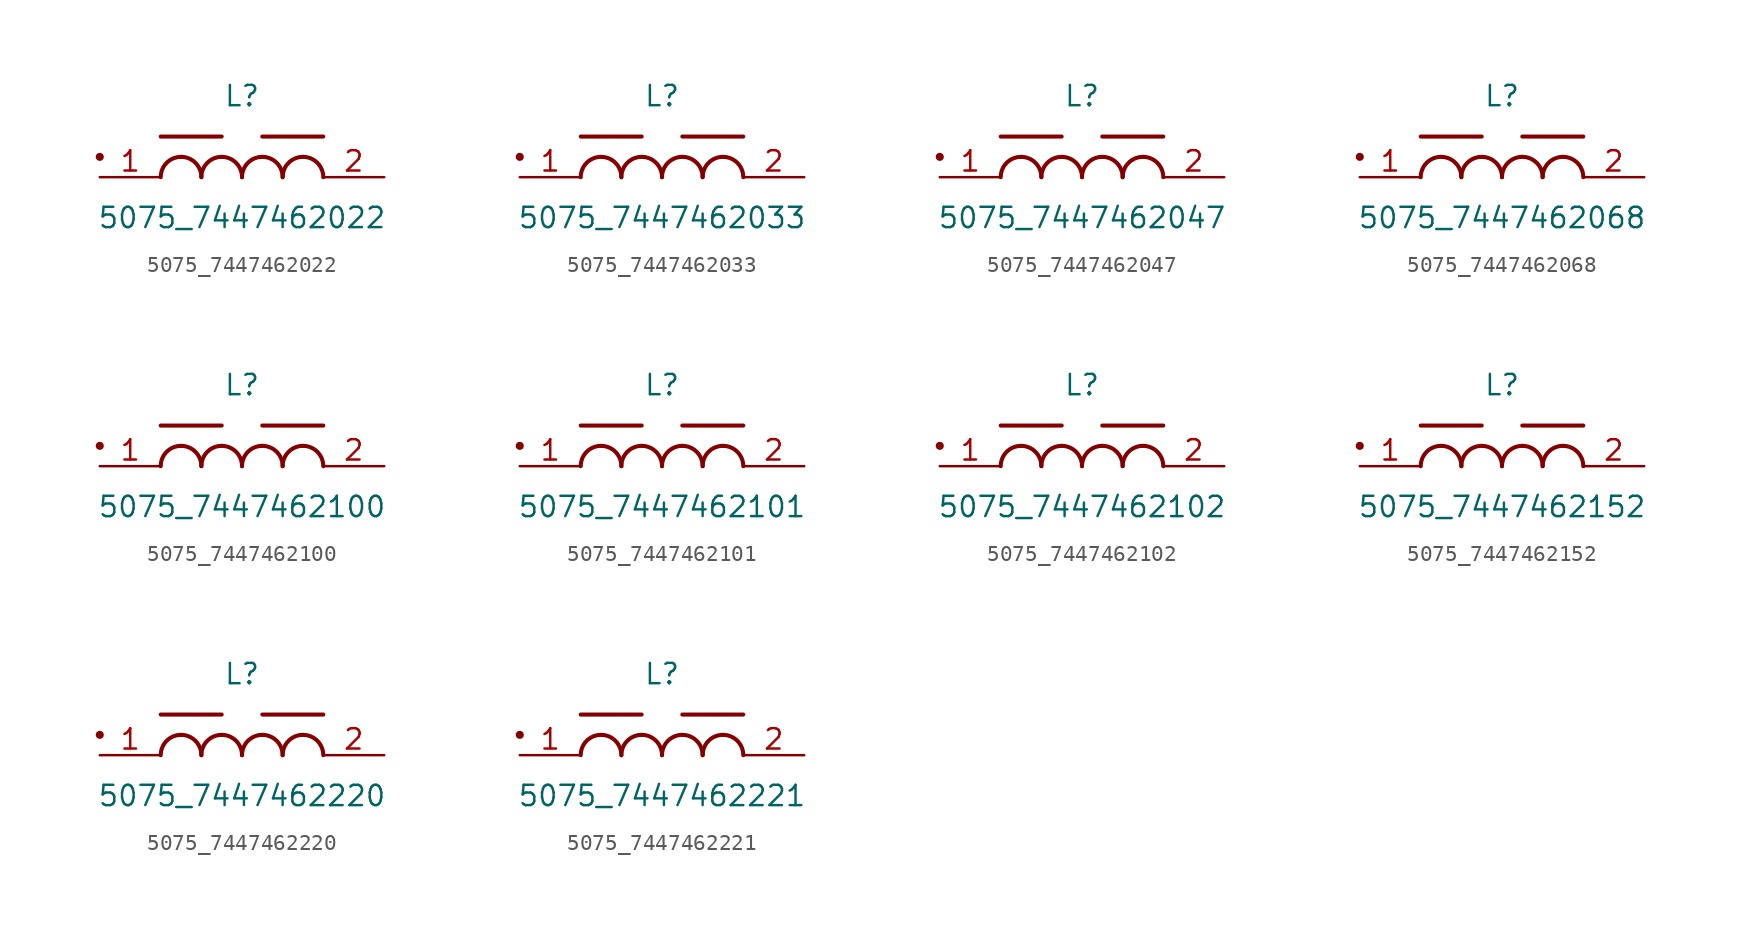
<source format=kicad_sym>
(kicad_symbol_lib
  (version 20211014)
  (generator kicad_symbol_editor)
  (symbol "Inductor_Wurth_WE-TI:5075_7447462022"
    (pin_names hide)
    (property "Reference" "L"
      (at 0 5.08 0)
      (effects (font (size 1.27 1.27))))
    (property "Value" "5075_7447462022"
      (at 0 -2.54 0)
      (effects (font (size 1.27 1.27))))
    (symbol "5075_7447462022_0_1"
      (circle (center -8.89 1.27) (radius 0.0001) (stroke (width 0.254)) (stroke (width 0.254) (type default) (color 0 0 0 0)) (fill (type none)))
      (arc (start -3.81 1.27) (mid -4.708 0.898) (end -5.08 0) (stroke (width 0.254) (type default) (color 0 0 0 0)) (fill (type none)))
      (arc (start -2.54 0) (mid -2.912 0.898) (end -3.81 1.27) (stroke (width 0.254) (type default) (color 0 0 0 0)) (fill (type none)))
      (arc (start -1.2699 1.2701) (mid -2.1679 0.8981) (end -2.5399 0.0001) (stroke (width 0.254) (type default) (color 0 0 0 0)) (fill (type none)))
      (polyline (pts (xy -5.08 2.54) (xy -1.27 2.54)) (stroke (width 0.254) (type default) (color 0 0 0 0)) (fill (type none)))
      (polyline (pts (xy 5.08 2.54) (xy 1.27 2.54)) (stroke (width 0.254) (type default) (color 0 0 0 0)) (fill (type none)))
      (arc (start 0.0001 0.0001) (mid -0.3719 0.8981) (end -1.2699 1.2701) (stroke (width 0.254) (type default) (color 0 0 0 0)) (fill (type none)))
      (arc (start 1.2701 1.2701) (mid 0.3721 0.8981) (end 0.0001 0.0001) (stroke (width 0.254) (type default) (color 0 0 0 0)) (fill (type none)))
      (arc (start 2.5401 0.0001) (mid 2.1681 0.8981) (end 1.2701 1.2701) (stroke (width 0.254) (type default) (color 0 0 0 0)) (fill (type none)))
      (arc (start 3.8101 1.2701) (mid 2.9121 0.8981) (end 2.5401 0.0001) (stroke (width 0.254) (type default) (color 0 0 0 0)) (fill (type none)))
      (arc (start 5.0801 0.0001) (mid 4.7081 0.8981) (end 3.8101 1.2701) (stroke (width 0.254) (type default) (color 0 0 0 0)) (fill (type none))))
    (symbol "5075_7447462022_1_1"
      (pin passive line (at -8.89 0 0) (length 3.81) (name "1" (effects (font (size 1.27 1.27)))) (number "1" (effects (font (size 1.27 1.27)))))
      (pin passive line (at 8.89 0 180) (length 3.81) (name "2" (effects (font (size 1.27 1.27)))) (number "2" (effects (font (size 1.27 1.27)))))))
  (symbol "Inductor_Wurth_WE-TI:5075_7447462033"
    (pin_names hide)
    (property "Reference" "L"
      (at 0 5.08 0)
      (effects (font (size 1.27 1.27))))
    (property "Value" "5075_7447462033"
      (at 0 -2.54 0)
      (effects (font (size 1.27 1.27))))
    (symbol "5075_7447462033_0_1"
      (circle (center -8.89 1.27) (radius 0.0001) (stroke (width 0.254)) (stroke (width 0.254) (type default) (color 0 0 0 0)) (fill (type none)))
      (arc (start -3.81 1.27) (mid -4.708 0.898) (end -5.08 0) (stroke (width 0.254) (type default) (color 0 0 0 0)) (fill (type none)))
      (arc (start -2.54 0) (mid -2.912 0.898) (end -3.81 1.27) (stroke (width 0.254) (type default) (color 0 0 0 0)) (fill (type none)))
      (arc (start -1.2699 1.2701) (mid -2.1679 0.8981) (end -2.5399 0.0001) (stroke (width 0.254) (type default) (color 0 0 0 0)) (fill (type none)))
      (polyline (pts (xy -5.08 2.54) (xy -1.27 2.54)) (stroke (width 0.254) (type default) (color 0 0 0 0)) (fill (type none)))
      (polyline (pts (xy 5.08 2.54) (xy 1.27 2.54)) (stroke (width 0.254) (type default) (color 0 0 0 0)) (fill (type none)))
      (arc (start 0.0001 0.0001) (mid -0.3719 0.8981) (end -1.2699 1.2701) (stroke (width 0.254) (type default) (color 0 0 0 0)) (fill (type none)))
      (arc (start 1.2701 1.2701) (mid 0.3721 0.8981) (end 0.0001 0.0001) (stroke (width 0.254) (type default) (color 0 0 0 0)) (fill (type none)))
      (arc (start 2.5401 0.0001) (mid 2.1681 0.8981) (end 1.2701 1.2701) (stroke (width 0.254) (type default) (color 0 0 0 0)) (fill (type none)))
      (arc (start 3.8101 1.2701) (mid 2.9121 0.8981) (end 2.5401 0.0001) (stroke (width 0.254) (type default) (color 0 0 0 0)) (fill (type none)))
      (arc (start 5.0801 0.0001) (mid 4.7081 0.8981) (end 3.8101 1.2701) (stroke (width 0.254) (type default) (color 0 0 0 0)) (fill (type none))))
    (symbol "5075_7447462033_1_1"
      (pin passive line (at -8.89 0 0) (length 3.81) (name "1" (effects (font (size 1.27 1.27)))) (number "1" (effects (font (size 1.27 1.27)))))
      (pin passive line (at 8.89 0 180) (length 3.81) (name "2" (effects (font (size 1.27 1.27)))) (number "2" (effects (font (size 1.27 1.27)))))))
  (symbol "Inductor_Wurth_WE-TI:5075_7447462047"
    (pin_names hide)
    (property "Reference" "L"
      (at 0 5.08 0)
      (effects (font (size 1.27 1.27))))
    (property "Value" "5075_7447462047"
      (at 0 -2.54 0)
      (effects (font (size 1.27 1.27))))
    (symbol "5075_7447462047_0_1"
      (circle (center -8.89 1.27) (radius 0.0001) (stroke (width 0.254)) (stroke (width 0.254) (type default) (color 0 0 0 0)) (fill (type none)))
      (arc (start -3.81 1.27) (mid -4.708 0.898) (end -5.08 0) (stroke (width 0.254) (type default) (color 0 0 0 0)) (fill (type none)))
      (arc (start -2.54 0) (mid -2.912 0.898) (end -3.81 1.27) (stroke (width 0.254) (type default) (color 0 0 0 0)) (fill (type none)))
      (arc (start -1.2699 1.2701) (mid -2.1679 0.8981) (end -2.5399 0.0001) (stroke (width 0.254) (type default) (color 0 0 0 0)) (fill (type none)))
      (polyline (pts (xy -5.08 2.54) (xy -1.27 2.54)) (stroke (width 0.254) (type default) (color 0 0 0 0)) (fill (type none)))
      (polyline (pts (xy 5.08 2.54) (xy 1.27 2.54)) (stroke (width 0.254) (type default) (color 0 0 0 0)) (fill (type none)))
      (arc (start 0.0001 0.0001) (mid -0.3719 0.8981) (end -1.2699 1.2701) (stroke (width 0.254) (type default) (color 0 0 0 0)) (fill (type none)))
      (arc (start 1.2701 1.2701) (mid 0.3721 0.8981) (end 0.0001 0.0001) (stroke (width 0.254) (type default) (color 0 0 0 0)) (fill (type none)))
      (arc (start 2.5401 0.0001) (mid 2.1681 0.8981) (end 1.2701 1.2701) (stroke (width 0.254) (type default) (color 0 0 0 0)) (fill (type none)))
      (arc (start 3.8101 1.2701) (mid 2.9121 0.8981) (end 2.5401 0.0001) (stroke (width 0.254) (type default) (color 0 0 0 0)) (fill (type none)))
      (arc (start 5.0801 0.0001) (mid 4.7081 0.8981) (end 3.8101 1.2701) (stroke (width 0.254) (type default) (color 0 0 0 0)) (fill (type none))))
    (symbol "5075_7447462047_1_1"
      (pin passive line (at -8.89 0 0) (length 3.81) (name "1" (effects (font (size 1.27 1.27)))) (number "1" (effects (font (size 1.27 1.27)))))
      (pin passive line (at 8.89 0 180) (length 3.81) (name "2" (effects (font (size 1.27 1.27)))) (number "2" (effects (font (size 1.27 1.27)))))))
  (symbol "Inductor_Wurth_WE-TI:5075_7447462068"
    (pin_names hide)
    (property "Reference" "L"
      (at 0 5.08 0)
      (effects (font (size 1.27 1.27))))
    (property "Value" "5075_7447462068"
      (at 0 -2.54 0)
      (effects (font (size 1.27 1.27))))
    (symbol "5075_7447462068_0_1"
      (circle (center -8.89 1.27) (radius 0.0001) (stroke (width 0.254)) (stroke (width 0.254) (type default) (color 0 0 0 0)) (fill (type none)))
      (arc (start -3.81 1.27) (mid -4.708 0.898) (end -5.08 0) (stroke (width 0.254) (type default) (color 0 0 0 0)) (fill (type none)))
      (arc (start -2.54 0) (mid -2.912 0.898) (end -3.81 1.27) (stroke (width 0.254) (type default) (color 0 0 0 0)) (fill (type none)))
      (arc (start -1.2699 1.2701) (mid -2.1679 0.8981) (end -2.5399 0.0001) (stroke (width 0.254) (type default) (color 0 0 0 0)) (fill (type none)))
      (polyline (pts (xy -5.08 2.54) (xy -1.27 2.54)) (stroke (width 0.254) (type default) (color 0 0 0 0)) (fill (type none)))
      (polyline (pts (xy 5.08 2.54) (xy 1.27 2.54)) (stroke (width 0.254) (type default) (color 0 0 0 0)) (fill (type none)))
      (arc (start 0.0001 0.0001) (mid -0.3719 0.8981) (end -1.2699 1.2701) (stroke (width 0.254) (type default) (color 0 0 0 0)) (fill (type none)))
      (arc (start 1.2701 1.2701) (mid 0.3721 0.8981) (end 0.0001 0.0001) (stroke (width 0.254) (type default) (color 0 0 0 0)) (fill (type none)))
      (arc (start 2.5401 0.0001) (mid 2.1681 0.8981) (end 1.2701 1.2701) (stroke (width 0.254) (type default) (color 0 0 0 0)) (fill (type none)))
      (arc (start 3.8101 1.2701) (mid 2.9121 0.8981) (end 2.5401 0.0001) (stroke (width 0.254) (type default) (color 0 0 0 0)) (fill (type none)))
      (arc (start 5.0801 0.0001) (mid 4.7081 0.8981) (end 3.8101 1.2701) (stroke (width 0.254) (type default) (color 0 0 0 0)) (fill (type none))))
    (symbol "5075_7447462068_1_1"
      (pin passive line (at -8.89 0 0) (length 3.81) (name "1" (effects (font (size 1.27 1.27)))) (number "1" (effects (font (size 1.27 1.27)))))
      (pin passive line (at 8.89 0 180) (length 3.81) (name "2" (effects (font (size 1.27 1.27)))) (number "2" (effects (font (size 1.27 1.27)))))))
  (symbol "Inductor_Wurth_WE-TI:5075_7447462100"
    (pin_names hide)
    (property "Reference" "L"
      (at 0 5.08 0)
      (effects (font (size 1.27 1.27))))
    (property "Value" "5075_7447462100"
      (at 0 -2.54 0)
      (effects (font (size 1.27 1.27))))
    (symbol "5075_7447462100_0_1"
      (circle (center -8.89 1.27) (radius 0.0001) (stroke (width 0.254)) (stroke (width 0.254) (type default) (color 0 0 0 0)) (fill (type none)))
      (arc (start -3.81 1.27) (mid -4.708 0.898) (end -5.08 0) (stroke (width 0.254) (type default) (color 0 0 0 0)) (fill (type none)))
      (arc (start -2.54 0) (mid -2.912 0.898) (end -3.81 1.27) (stroke (width 0.254) (type default) (color 0 0 0 0)) (fill (type none)))
      (arc (start -1.2699 1.2701) (mid -2.1679 0.8981) (end -2.5399 0.0001) (stroke (width 0.254) (type default) (color 0 0 0 0)) (fill (type none)))
      (polyline (pts (xy -5.08 2.54) (xy -1.27 2.54)) (stroke (width 0.254) (type default) (color 0 0 0 0)) (fill (type none)))
      (polyline (pts (xy 5.08 2.54) (xy 1.27 2.54)) (stroke (width 0.254) (type default) (color 0 0 0 0)) (fill (type none)))
      (arc (start 0.0001 0.0001) (mid -0.3719 0.8981) (end -1.2699 1.2701) (stroke (width 0.254) (type default) (color 0 0 0 0)) (fill (type none)))
      (arc (start 1.2701 1.2701) (mid 0.3721 0.8981) (end 0.0001 0.0001) (stroke (width 0.254) (type default) (color 0 0 0 0)) (fill (type none)))
      (arc (start 2.5401 0.0001) (mid 2.1681 0.8981) (end 1.2701 1.2701) (stroke (width 0.254) (type default) (color 0 0 0 0)) (fill (type none)))
      (arc (start 3.8101 1.2701) (mid 2.9121 0.8981) (end 2.5401 0.0001) (stroke (width 0.254) (type default) (color 0 0 0 0)) (fill (type none)))
      (arc (start 5.0801 0.0001) (mid 4.7081 0.8981) (end 3.8101 1.2701) (stroke (width 0.254) (type default) (color 0 0 0 0)) (fill (type none))))
    (symbol "5075_7447462100_1_1"
      (pin passive line (at -8.89 0 0) (length 3.81) (name "1" (effects (font (size 1.27 1.27)))) (number "1" (effects (font (size 1.27 1.27)))))
      (pin passive line (at 8.89 0 180) (length 3.81) (name "2" (effects (font (size 1.27 1.27)))) (number "2" (effects (font (size 1.27 1.27)))))))
  (symbol "Inductor_Wurth_WE-TI:5075_7447462101"
    (pin_names hide)
    (property "Reference" "L"
      (at 0 5.08 0)
      (effects (font (size 1.27 1.27))))
    (property "Value" "5075_7447462101"
      (at 0 -2.54 0)
      (effects (font (size 1.27 1.27))))
    (symbol "5075_7447462101_0_1"
      (circle (center -8.89 1.27) (radius 0.0001) (stroke (width 0.254)) (stroke (width 0.254) (type default) (color 0 0 0 0)) (fill (type none)))
      (arc (start -3.81 1.27) (mid -4.708 0.898) (end -5.08 0) (stroke (width 0.254) (type default) (color 0 0 0 0)) (fill (type none)))
      (arc (start -2.54 0) (mid -2.912 0.898) (end -3.81 1.27) (stroke (width 0.254) (type default) (color 0 0 0 0)) (fill (type none)))
      (arc (start -1.2699 1.2701) (mid -2.1679 0.8981) (end -2.5399 0.0001) (stroke (width 0.254) (type default) (color 0 0 0 0)) (fill (type none)))
      (polyline (pts (xy -5.08 2.54) (xy -1.27 2.54)) (stroke (width 0.254) (type default) (color 0 0 0 0)) (fill (type none)))
      (polyline (pts (xy 5.08 2.54) (xy 1.27 2.54)) (stroke (width 0.254) (type default) (color 0 0 0 0)) (fill (type none)))
      (arc (start 0.0001 0.0001) (mid -0.3719 0.8981) (end -1.2699 1.2701) (stroke (width 0.254) (type default) (color 0 0 0 0)) (fill (type none)))
      (arc (start 1.2701 1.2701) (mid 0.3721 0.8981) (end 0.0001 0.0001) (stroke (width 0.254) (type default) (color 0 0 0 0)) (fill (type none)))
      (arc (start 2.5401 0.0001) (mid 2.1681 0.8981) (end 1.2701 1.2701) (stroke (width 0.254) (type default) (color 0 0 0 0)) (fill (type none)))
      (arc (start 3.8101 1.2701) (mid 2.9121 0.8981) (end 2.5401 0.0001) (stroke (width 0.254) (type default) (color 0 0 0 0)) (fill (type none)))
      (arc (start 5.0801 0.0001) (mid 4.7081 0.8981) (end 3.8101 1.2701) (stroke (width 0.254) (type default) (color 0 0 0 0)) (fill (type none))))
    (symbol "5075_7447462101_1_1"
      (pin passive line (at -8.89 0 0) (length 3.81) (name "1" (effects (font (size 1.27 1.27)))) (number "1" (effects (font (size 1.27 1.27)))))
      (pin passive line (at 8.89 0 180) (length 3.81) (name "2" (effects (font (size 1.27 1.27)))) (number "2" (effects (font (size 1.27 1.27)))))))
  (symbol "Inductor_Wurth_WE-TI:5075_7447462102"
    (pin_names hide)
    (property "Reference" "L"
      (at 0 5.08 0)
      (effects (font (size 1.27 1.27))))
    (property "Value" "5075_7447462102"
      (at 0 -2.54 0)
      (effects (font (size 1.27 1.27))))
    (symbol "5075_7447462102_0_1"
      (circle (center -8.89 1.27) (radius 0.0001) (stroke (width 0.254)) (stroke (width 0.254) (type default) (color 0 0 0 0)) (fill (type none)))
      (arc (start -3.81 1.27) (mid -4.708 0.898) (end -5.08 0) (stroke (width 0.254) (type default) (color 0 0 0 0)) (fill (type none)))
      (arc (start -2.54 0) (mid -2.912 0.898) (end -3.81 1.27) (stroke (width 0.254) (type default) (color 0 0 0 0)) (fill (type none)))
      (arc (start -1.2699 1.2701) (mid -2.1679 0.8981) (end -2.5399 0.0001) (stroke (width 0.254) (type default) (color 0 0 0 0)) (fill (type none)))
      (polyline (pts (xy -5.08 2.54) (xy -1.27 2.54)) (stroke (width 0.254) (type default) (color 0 0 0 0)) (fill (type none)))
      (polyline (pts (xy 5.08 2.54) (xy 1.27 2.54)) (stroke (width 0.254) (type default) (color 0 0 0 0)) (fill (type none)))
      (arc (start 0.0001 0.0001) (mid -0.3719 0.8981) (end -1.2699 1.2701) (stroke (width 0.254) (type default) (color 0 0 0 0)) (fill (type none)))
      (arc (start 1.2701 1.2701) (mid 0.3721 0.8981) (end 0.0001 0.0001) (stroke (width 0.254) (type default) (color 0 0 0 0)) (fill (type none)))
      (arc (start 2.5401 0.0001) (mid 2.1681 0.8981) (end 1.2701 1.2701) (stroke (width 0.254) (type default) (color 0 0 0 0)) (fill (type none)))
      (arc (start 3.8101 1.2701) (mid 2.9121 0.8981) (end 2.5401 0.0001) (stroke (width 0.254) (type default) (color 0 0 0 0)) (fill (type none)))
      (arc (start 5.0801 0.0001) (mid 4.7081 0.8981) (end 3.8101 1.2701) (stroke (width 0.254) (type default) (color 0 0 0 0)) (fill (type none))))
    (symbol "5075_7447462102_1_1"
      (pin passive line (at -8.89 0 0) (length 3.81) (name "1" (effects (font (size 1.27 1.27)))) (number "1" (effects (font (size 1.27 1.27)))))
      (pin passive line (at 8.89 0 180) (length 3.81) (name "2" (effects (font (size 1.27 1.27)))) (number "2" (effects (font (size 1.27 1.27)))))))
  (symbol "Inductor_Wurth_WE-TI:5075_7447462152"
    (pin_names hide)
    (property "Reference" "L"
      (at 0 5.08 0)
      (effects (font (size 1.27 1.27))))
    (property "Value" "5075_7447462152"
      (at 0 -2.54 0)
      (effects (font (size 1.27 1.27))))
    (symbol "5075_7447462152_0_1"
      (circle (center -8.89 1.27) (radius 0.0001) (stroke (width 0.254)) (stroke (width 0.254) (type default) (color 0 0 0 0)) (fill (type none)))
      (arc (start -3.81 1.27) (mid -4.708 0.898) (end -5.08 0) (stroke (width 0.254) (type default) (color 0 0 0 0)) (fill (type none)))
      (arc (start -2.54 0) (mid -2.912 0.898) (end -3.81 1.27) (stroke (width 0.254) (type default) (color 0 0 0 0)) (fill (type none)))
      (arc (start -1.2699 1.2701) (mid -2.1679 0.8981) (end -2.5399 0.0001) (stroke (width 0.254) (type default) (color 0 0 0 0)) (fill (type none)))
      (polyline (pts (xy -5.08 2.54) (xy -1.27 2.54)) (stroke (width 0.254) (type default) (color 0 0 0 0)) (fill (type none)))
      (polyline (pts (xy 5.08 2.54) (xy 1.27 2.54)) (stroke (width 0.254) (type default) (color 0 0 0 0)) (fill (type none)))
      (arc (start 0.0001 0.0001) (mid -0.3719 0.8981) (end -1.2699 1.2701) (stroke (width 0.254) (type default) (color 0 0 0 0)) (fill (type none)))
      (arc (start 1.2701 1.2701) (mid 0.3721 0.8981) (end 0.0001 0.0001) (stroke (width 0.254) (type default) (color 0 0 0 0)) (fill (type none)))
      (arc (start 2.5401 0.0001) (mid 2.1681 0.8981) (end 1.2701 1.2701) (stroke (width 0.254) (type default) (color 0 0 0 0)) (fill (type none)))
      (arc (start 3.8101 1.2701) (mid 2.9121 0.8981) (end 2.5401 0.0001) (stroke (width 0.254) (type default) (color 0 0 0 0)) (fill (type none)))
      (arc (start 5.0801 0.0001) (mid 4.7081 0.8981) (end 3.8101 1.2701) (stroke (width 0.254) (type default) (color 0 0 0 0)) (fill (type none))))
    (symbol "5075_7447462152_1_1"
      (pin passive line (at -8.89 0 0) (length 3.81) (name "1" (effects (font (size 1.27 1.27)))) (number "1" (effects (font (size 1.27 1.27)))))
      (pin passive line (at 8.89 0 180) (length 3.81) (name "2" (effects (font (size 1.27 1.27)))) (number "2" (effects (font (size 1.27 1.27)))))))
  (symbol "Inductor_Wurth_WE-TI:5075_7447462220"
    (pin_names hide)
    (property "Reference" "L"
      (at 0 5.08 0)
      (effects (font (size 1.27 1.27))))
    (property "Value" "5075_7447462220"
      (at 0 -2.54 0)
      (effects (font (size 1.27 1.27))))
    (symbol "5075_7447462220_0_1"
      (circle (center -8.89 1.27) (radius 0.0001) (stroke (width 0.254)) (stroke (width 0.254) (type default) (color 0 0 0 0)) (fill (type none)))
      (arc (start -3.81 1.27) (mid -4.708 0.898) (end -5.08 0) (stroke (width 0.254) (type default) (color 0 0 0 0)) (fill (type none)))
      (arc (start -2.54 0) (mid -2.912 0.898) (end -3.81 1.27) (stroke (width 0.254) (type default) (color 0 0 0 0)) (fill (type none)))
      (arc (start -1.2699 1.2701) (mid -2.1679 0.8981) (end -2.5399 0.0001) (stroke (width 0.254) (type default) (color 0 0 0 0)) (fill (type none)))
      (polyline (pts (xy -5.08 2.54) (xy -1.27 2.54)) (stroke (width 0.254) (type default) (color 0 0 0 0)) (fill (type none)))
      (polyline (pts (xy 5.08 2.54) (xy 1.27 2.54)) (stroke (width 0.254) (type default) (color 0 0 0 0)) (fill (type none)))
      (arc (start 0.0001 0.0001) (mid -0.3719 0.8981) (end -1.2699 1.2701) (stroke (width 0.254) (type default) (color 0 0 0 0)) (fill (type none)))
      (arc (start 1.2701 1.2701) (mid 0.3721 0.8981) (end 0.0001 0.0001) (stroke (width 0.254) (type default) (color 0 0 0 0)) (fill (type none)))
      (arc (start 2.5401 0.0001) (mid 2.1681 0.8981) (end 1.2701 1.2701) (stroke (width 0.254) (type default) (color 0 0 0 0)) (fill (type none)))
      (arc (start 3.8101 1.2701) (mid 2.9121 0.8981) (end 2.5401 0.0001) (stroke (width 0.254) (type default) (color 0 0 0 0)) (fill (type none)))
      (arc (start 5.0801 0.0001) (mid 4.7081 0.8981) (end 3.8101 1.2701) (stroke (width 0.254) (type default) (color 0 0 0 0)) (fill (type none))))
    (symbol "5075_7447462220_1_1"
      (pin passive line (at -8.89 0 0) (length 3.81) (name "1" (effects (font (size 1.27 1.27)))) (number "1" (effects (font (size 1.27 1.27)))))
      (pin passive line (at 8.89 0 180) (length 3.81) (name "2" (effects (font (size 1.27 1.27)))) (number "2" (effects (font (size 1.27 1.27)))))))
  (symbol "Inductor_Wurth_WE-TI:5075_7447462221"
    (pin_names hide)
    (property "Reference" "L"
      (at 0 5.08 0)
      (effects (font (size 1.27 1.27))))
    (property "Value" "5075_7447462221"
      (at 0 -2.54 0)
      (effects (font (size 1.27 1.27))))
    (symbol "5075_7447462221_0_1"
      (circle (center -8.89 1.27) (radius 0.0001) (stroke (width 0.254)) (stroke (width 0.254) (type default) (color 0 0 0 0)) (fill (type none)))
      (arc (start -3.81 1.27) (mid -4.708 0.898) (end -5.08 0) (stroke (width 0.254) (type default) (color 0 0 0 0)) (fill (type none)))
      (arc (start -2.54 0) (mid -2.912 0.898) (end -3.81 1.27) (stroke (width 0.254) (type default) (color 0 0 0 0)) (fill (type none)))
      (arc (start -1.2699 1.2701) (mid -2.1679 0.8981) (end -2.5399 0.0001) (stroke (width 0.254) (type default) (color 0 0 0 0)) (fill (type none)))
      (polyline (pts (xy -5.08 2.54) (xy -1.27 2.54)) (stroke (width 0.254) (type default) (color 0 0 0 0)) (fill (type none)))
      (polyline (pts (xy 5.08 2.54) (xy 1.27 2.54)) (stroke (width 0.254) (type default) (color 0 0 0 0)) (fill (type none)))
      (arc (start 0.0001 0.0001) (mid -0.3719 0.8981) (end -1.2699 1.2701) (stroke (width 0.254) (type default) (color 0 0 0 0)) (fill (type none)))
      (arc (start 1.2701 1.2701) (mid 0.3721 0.8981) (end 0.0001 0.0001) (stroke (width 0.254) (type default) (color 0 0 0 0)) (fill (type none)))
      (arc (start 2.5401 0.0001) (mid 2.1681 0.8981) (end 1.2701 1.2701) (stroke (width 0.254) (type default) (color 0 0 0 0)) (fill (type none)))
      (arc (start 3.8101 1.2701) (mid 2.9121 0.8981) (end 2.5401 0.0001) (stroke (width 0.254) (type default) (color 0 0 0 0)) (fill (type none)))
      (arc (start 5.0801 0.0001) (mid 4.7081 0.8981) (end 3.8101 1.2701) (stroke (width 0.254) (type default) (color 0 0 0 0)) (fill (type none))))
    (symbol "5075_7447462221_1_1"
      (pin passive line (at -8.89 0 0) (length 3.81) (name "1" (effects (font (size 1.27 1.27)))) (number "1" (effects (font (size 1.27 1.27)))))
      (pin passive line (at 8.89 0 180) (length 3.81) (name "2" (effects (font (size 1.27 1.27)))) (number "2" (effects (font (size 1.27 1.27))))))))
</source>
